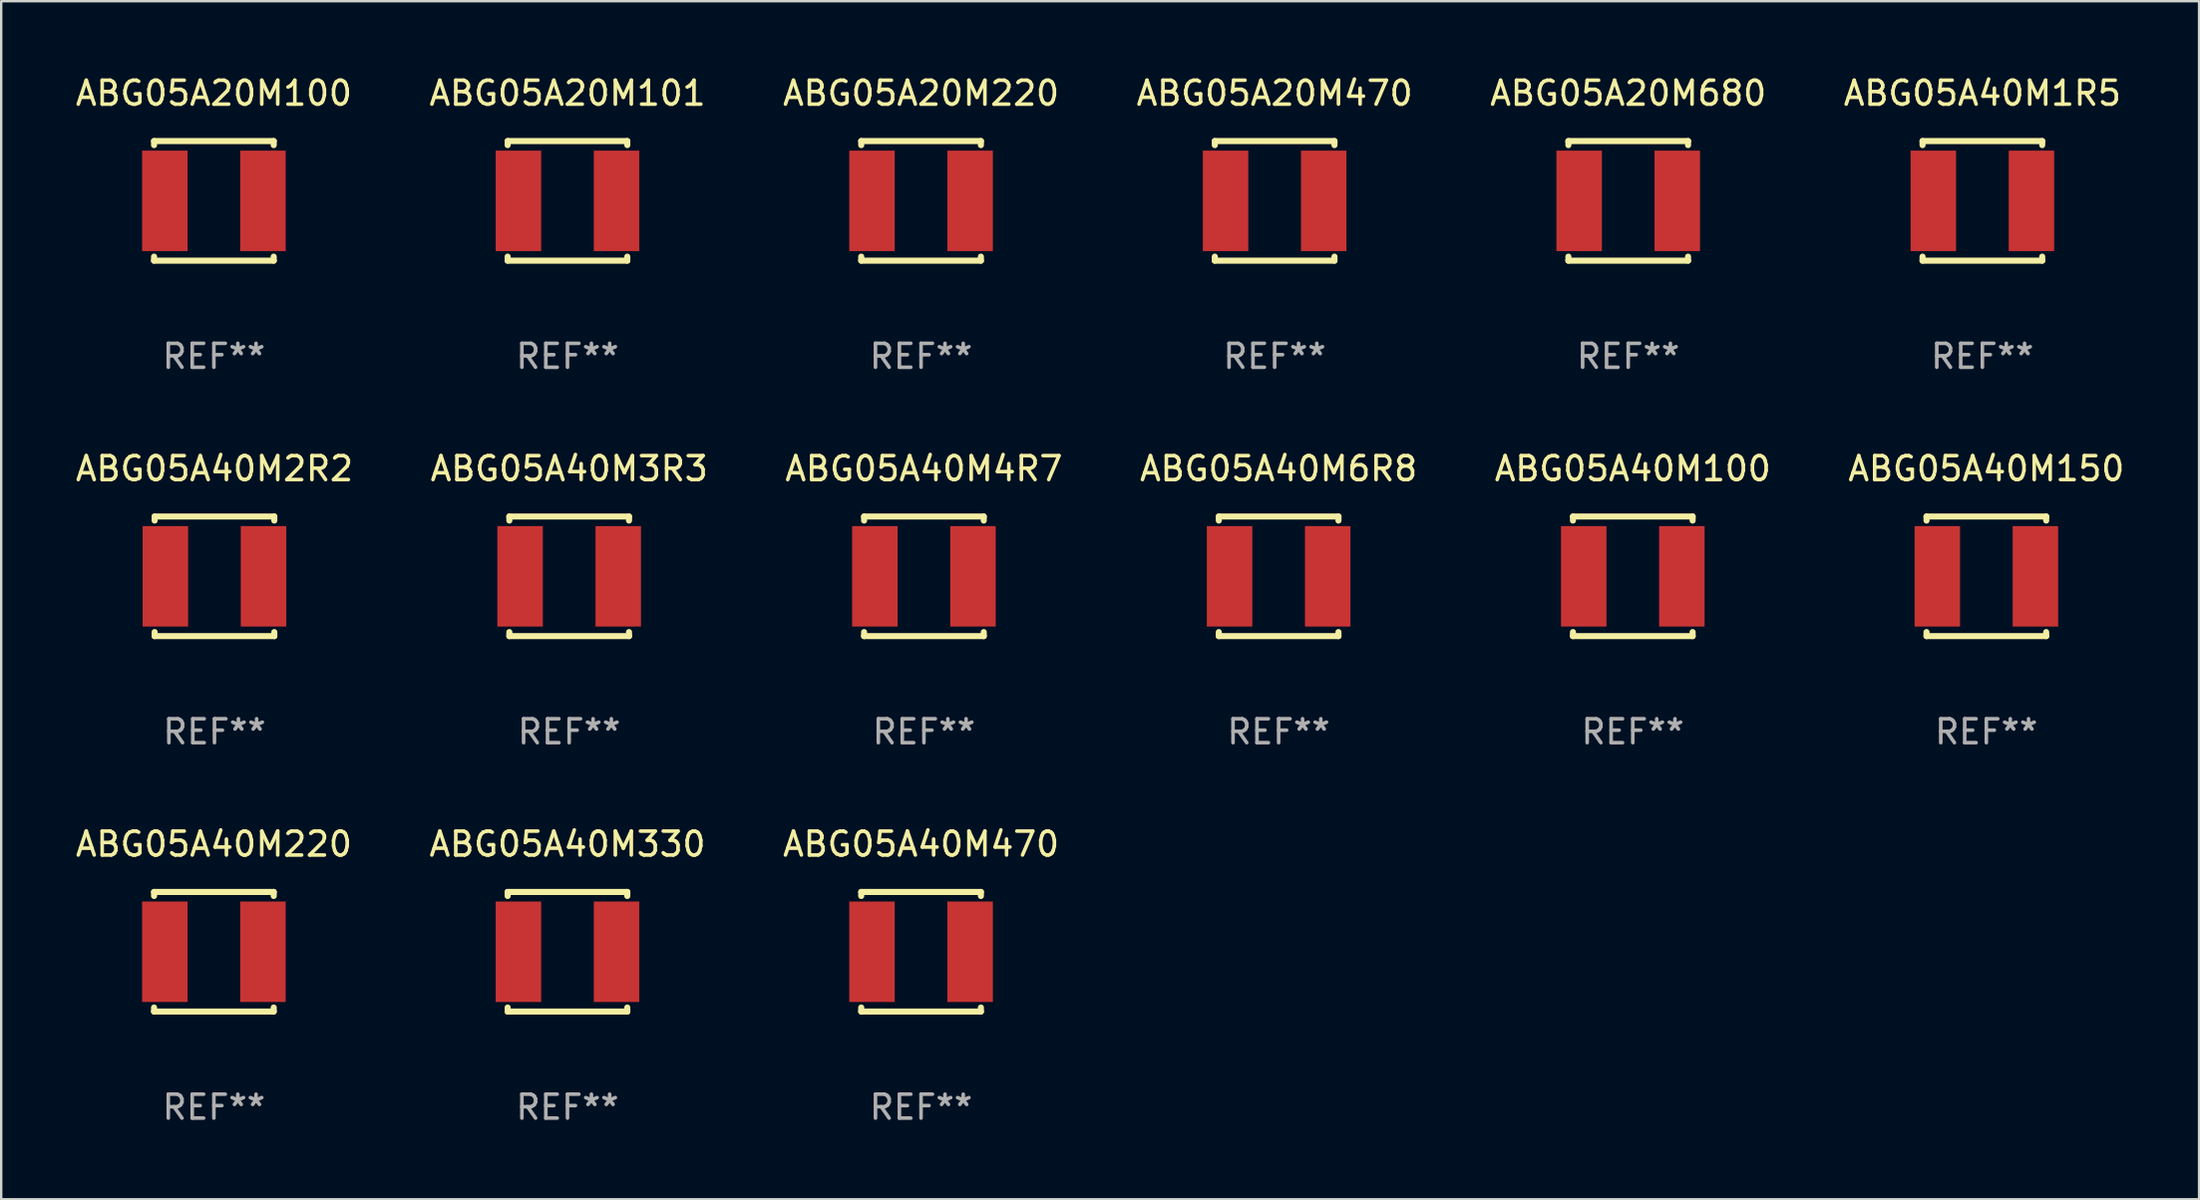
<source format=kicad_pcb>
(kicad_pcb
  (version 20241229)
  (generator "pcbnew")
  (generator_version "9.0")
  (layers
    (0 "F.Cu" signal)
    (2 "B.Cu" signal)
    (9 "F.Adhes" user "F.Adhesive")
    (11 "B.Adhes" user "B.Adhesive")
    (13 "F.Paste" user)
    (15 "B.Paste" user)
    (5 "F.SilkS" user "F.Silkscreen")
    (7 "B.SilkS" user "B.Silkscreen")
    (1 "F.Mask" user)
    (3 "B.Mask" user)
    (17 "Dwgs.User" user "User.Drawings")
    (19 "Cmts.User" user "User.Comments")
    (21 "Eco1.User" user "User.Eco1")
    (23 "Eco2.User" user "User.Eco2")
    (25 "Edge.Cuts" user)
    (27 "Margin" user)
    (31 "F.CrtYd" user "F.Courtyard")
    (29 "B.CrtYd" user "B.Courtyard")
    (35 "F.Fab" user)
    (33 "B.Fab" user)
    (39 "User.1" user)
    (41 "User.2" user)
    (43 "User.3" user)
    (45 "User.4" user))
  (footprint "ABG05A40M470"
    (layer "F.Cu")
    (at 35.435 36.741)
    (property "Reference" "ABG05A40M470" (at 0 -4.5 0) (layer "F.SilkS") (effects (font (size 1 1) (thickness 0.15))))
    (attr through_hole)
    (fp_line (start -2.5 -2.5) (end -2.5 -2.331) (stroke (width 0.254) (type solid)) (layer "F.SilkS"))
    (fp_line (start -2.5 -2.5) (end 2.5 -2.5) (stroke (width 0.254) (type solid)) (layer "F.SilkS"))
    (fp_line (start -2.5 2.331) (end -2.5 2.5) (stroke (width 0.254) (type solid)) (layer "F.SilkS"))
    (fp_line (start -2.5 2.5) (end 2.5 2.5) (stroke (width 0.254) (type solid)) (layer "F.SilkS"))
    (fp_line (start 2.5 -2.331) (end 2.5 -2.5) (stroke (width 0.254) (type solid)) (layer "F.SilkS"))
    (fp_line (start 2.5 2.5) (end 2.5 2.331) (stroke (width 0.254) (type solid)) (layer "F.SilkS"))
    (fp_circle (center -2.503 2.504) (end -2.473 2.504) (stroke (width 0.06) (type solid)) (fill no) (layer "F.SilkS"))
    (fp_text user "REF**" (at 0 6.5 0) (layer "F.Fab") (effects (font (size 1 1) (thickness 0.15))))
    (pad "1" smd rect (at -2.05 0) (size 1.9 4.2) (layers "F.Cu" "F.Mask" "F.Paste"))
    (pad "2" smd rect (at 2.05 0) (size 1.9 4.2) (layers "F.Cu" "F.Mask" "F.Paste")))
  (footprint "ABG05A40M100"
    (layer "F.Cu")
    (at 65.173 21.045)
    (property "Reference" "ABG05A40M100" (at 0 -4.5 0) (layer "F.SilkS") (effects (font (size 1 1) (thickness 0.15))))
    (attr through_hole)
    (fp_line (start -2.5 -2.5) (end -2.5 -2.331) (stroke (width 0.254) (type solid)) (layer "F.SilkS"))
    (fp_line (start -2.5 -2.5) (end 2.5 -2.5) (stroke (width 0.254) (type solid)) (layer "F.SilkS"))
    (fp_line (start -2.5 2.331) (end -2.5 2.5) (stroke (width 0.254) (type solid)) (layer "F.SilkS"))
    (fp_line (start -2.5 2.5) (end 2.5 2.5) (stroke (width 0.254) (type solid)) (layer "F.SilkS"))
    (fp_line (start 2.5 -2.331) (end 2.5 -2.5) (stroke (width 0.254) (type solid)) (layer "F.SilkS"))
    (fp_line (start 2.5 2.5) (end 2.5 2.331) (stroke (width 0.254) (type solid)) (layer "F.SilkS"))
    (fp_circle (center -2.503 2.504) (end -2.473 2.504) (stroke (width 0.06) (type solid)) (fill no) (layer "F.SilkS"))
    (fp_text user "REF**" (at 0 6.5 0) (layer "F.Fab") (effects (font (size 1 1) (thickness 0.15))))
    (pad "1" smd rect (at -2.05 0) (size 1.9 4.2) (layers "F.Cu" "F.Mask" "F.Paste"))
    (pad "2" smd rect (at 2.05 0) (size 1.9 4.2) (layers "F.Cu" "F.Mask" "F.Paste")))
  (footprint "ABG05A40M220"
    (layer "F.Cu")
    (at 5.887 36.741)
    (property "Reference" "ABG05A40M220" (at 0 -4.5 0) (layer "F.SilkS") (effects (font (size 1 1) (thickness 0.15))))
    (attr through_hole)
    (fp_line (start -2.5 -2.5) (end -2.5 -2.331) (stroke (width 0.254) (type solid)) (layer "F.SilkS"))
    (fp_line (start -2.5 -2.5) (end 2.5 -2.5) (stroke (width 0.254) (type solid)) (layer "F.SilkS"))
    (fp_line (start -2.5 2.331) (end -2.5 2.5) (stroke (width 0.254) (type solid)) (layer "F.SilkS"))
    (fp_line (start -2.5 2.5) (end 2.5 2.5) (stroke (width 0.254) (type solid)) (layer "F.SilkS"))
    (fp_line (start 2.5 -2.331) (end 2.5 -2.5) (stroke (width 0.254) (type solid)) (layer "F.SilkS"))
    (fp_line (start 2.5 2.5) (end 2.5 2.331) (stroke (width 0.254) (type solid)) (layer "F.SilkS"))
    (fp_circle (center -2.503 2.504) (end -2.473 2.504) (stroke (width 0.06) (type solid)) (fill no) (layer "F.SilkS"))
    (fp_text user "REF**" (at 0 6.5 0) (layer "F.Fab") (effects (font (size 1 1) (thickness 0.15))))
    (pad "1" smd rect (at -2.05 0) (size 1.9 4.2) (layers "F.Cu" "F.Mask" "F.Paste"))
    (pad "2" smd rect (at 2.05 0) (size 1.9 4.2) (layers "F.Cu" "F.Mask" "F.Paste")))
  (footprint "ABG05A40M150"
    (layer "F.Cu")
    (at 79.946 21.045)
    (property "Reference" "ABG05A40M150" (at 0 -4.5 0) (layer "F.SilkS") (effects (font (size 1 1) (thickness 0.15))))
    (attr through_hole)
    (fp_line (start -2.5 -2.5) (end -2.5 -2.331) (stroke (width 0.254) (type solid)) (layer "F.SilkS"))
    (fp_line (start -2.5 -2.5) (end 2.5 -2.5) (stroke (width 0.254) (type solid)) (layer "F.SilkS"))
    (fp_line (start -2.5 2.331) (end -2.5 2.5) (stroke (width 0.254) (type solid)) (layer "F.SilkS"))
    (fp_line (start -2.5 2.5) (end 2.5 2.5) (stroke (width 0.254) (type solid)) (layer "F.SilkS"))
    (fp_line (start 2.5 -2.331) (end 2.5 -2.5) (stroke (width 0.254) (type solid)) (layer "F.SilkS"))
    (fp_line (start 2.5 2.5) (end 2.5 2.331) (stroke (width 0.254) (type solid)) (layer "F.SilkS"))
    (fp_circle (center -2.503 2.504) (end -2.473 2.504) (stroke (width 0.06) (type solid)) (fill no) (layer "F.SilkS"))
    (fp_text user "REF**" (at 0 6.5 0) (layer "F.Fab") (effects (font (size 1 1) (thickness 0.15))))
    (pad "1" smd rect (at -2.05 0) (size 1.9 4.2) (layers "F.Cu" "F.Mask" "F.Paste"))
    (pad "2" smd rect (at 2.05 0) (size 1.9 4.2) (layers "F.Cu" "F.Mask" "F.Paste")))
  (footprint "ABG05A20M100"
    (layer "F.Cu")
    (at 5.887 5.348)
    (property "Reference" "ABG05A20M100" (at 0 -4.5 0) (layer "F.SilkS") (effects (font (size 1 1) (thickness 0.15))))
    (attr through_hole)
    (fp_line (start -2.5 -2.5) (end -2.5 -2.331) (stroke (width 0.254) (type solid)) (layer "F.SilkS"))
    (fp_line (start -2.5 -2.5) (end 2.5 -2.5) (stroke (width 0.254) (type solid)) (layer "F.SilkS"))
    (fp_line (start -2.5 2.331) (end -2.5 2.5) (stroke (width 0.254) (type solid)) (layer "F.SilkS"))
    (fp_line (start -2.5 2.5) (end 2.5 2.5) (stroke (width 0.254) (type solid)) (layer "F.SilkS"))
    (fp_line (start 2.5 -2.331) (end 2.5 -2.5) (stroke (width 0.254) (type solid)) (layer "F.SilkS"))
    (fp_line (start 2.5 2.5) (end 2.5 2.331) (stroke (width 0.254) (type solid)) (layer "F.SilkS"))
    (fp_circle (center -2.503 2.504) (end -2.473 2.504) (stroke (width 0.06) (type solid)) (fill no) (layer "F.SilkS"))
    (fp_text user "REF**" (at 0 6.5 0) (layer "F.Fab") (effects (font (size 1 1) (thickness 0.15))))
    (pad "1" smd rect (at -2.05 0) (size 1.9 4.2) (layers "F.Cu" "F.Mask" "F.Paste"))
    (pad "2" smd rect (at 2.05 0) (size 1.9 4.2) (layers "F.Cu" "F.Mask" "F.Paste")))
  (footprint "ABG05A40M6R8"
    (layer "F.Cu")
    (at 50.375 21.045)
    (property "Reference" "ABG05A40M6R8" (at 0 -4.5 0) (layer "F.SilkS") (effects (font (size 1 1) (thickness 0.15))))
    (attr through_hole)
    (fp_line (start -2.5 -2.5) (end -2.5 -2.331) (stroke (width 0.254) (type solid)) (layer "F.SilkS"))
    (fp_line (start -2.5 -2.5) (end 2.5 -2.5) (stroke (width 0.254) (type solid)) (layer "F.SilkS"))
    (fp_line (start -2.5 2.331) (end -2.5 2.5) (stroke (width 0.254) (type solid)) (layer "F.SilkS"))
    (fp_line (start -2.5 2.5) (end 2.5 2.5) (stroke (width 0.254) (type solid)) (layer "F.SilkS"))
    (fp_line (start 2.5 -2.331) (end 2.5 -2.5) (stroke (width 0.254) (type solid)) (layer "F.SilkS"))
    (fp_line (start 2.5 2.5) (end 2.5 2.331) (stroke (width 0.254) (type solid)) (layer "F.SilkS"))
    (fp_circle (center -2.503 2.504) (end -2.473 2.504) (stroke (width 0.06) (type solid)) (fill no) (layer "F.SilkS"))
    (fp_text user "REF**" (at 0 6.5 0) (layer "F.Fab") (effects (font (size 1 1) (thickness 0.15))))
    (pad "1" smd rect (at -2.05 0) (size 1.9 4.2) (layers "F.Cu" "F.Mask" "F.Paste"))
    (pad "2" smd rect (at 2.05 0) (size 1.9 4.2) (layers "F.Cu" "F.Mask" "F.Paste")))
  (footprint "ABG05A40M1R5"
    (layer "F.Cu")
    (at 79.78 5.348)
    (property "Reference" "ABG05A40M1R5" (at 0 -4.5 0) (layer "F.SilkS") (effects (font (size 1 1) (thickness 0.15))))
    (attr through_hole)
    (fp_line (start -2.5 -2.5) (end -2.5 -2.331) (stroke (width 0.254) (type solid)) (layer "F.SilkS"))
    (fp_line (start -2.5 -2.5) (end 2.5 -2.5) (stroke (width 0.254) (type solid)) (layer "F.SilkS"))
    (fp_line (start -2.5 2.331) (end -2.5 2.5) (stroke (width 0.254) (type solid)) (layer "F.SilkS"))
    (fp_line (start -2.5 2.5) (end 2.5 2.5) (stroke (width 0.254) (type solid)) (layer "F.SilkS"))
    (fp_line (start 2.5 -2.331) (end 2.5 -2.5) (stroke (width 0.254) (type solid)) (layer "F.SilkS"))
    (fp_line (start 2.5 2.5) (end 2.5 2.331) (stroke (width 0.254) (type solid)) (layer "F.SilkS"))
    (fp_circle (center -2.503 2.504) (end -2.473 2.504) (stroke (width 0.06) (type solid)) (fill no) (layer "F.SilkS"))
    (fp_text user "REF**" (at 0 6.5 0) (layer "F.Fab") (effects (font (size 1 1) (thickness 0.15))))
    (pad "1" smd rect (at -2.05 0) (size 1.9 4.2) (layers "F.Cu" "F.Mask" "F.Paste"))
    (pad "2" smd rect (at 2.05 0) (size 1.9 4.2) (layers "F.Cu" "F.Mask" "F.Paste")))
  (footprint "ABG05A20M101"
    (layer "F.Cu")
    (at 20.661 5.348)
    (property "Reference" "ABG05A20M101" (at 0 -4.5 0) (layer "F.SilkS") (effects (font (size 1 1) (thickness 0.15))))
    (attr through_hole)
    (fp_line (start -2.5 -2.5) (end -2.5 -2.331) (stroke (width 0.254) (type solid)) (layer "F.SilkS"))
    (fp_line (start -2.5 -2.5) (end 2.5 -2.5) (stroke (width 0.254) (type solid)) (layer "F.SilkS"))
    (fp_line (start -2.5 2.331) (end -2.5 2.5) (stroke (width 0.254) (type solid)) (layer "F.SilkS"))
    (fp_line (start -2.5 2.5) (end 2.5 2.5) (stroke (width 0.254) (type solid)) (layer "F.SilkS"))
    (fp_line (start 2.5 -2.331) (end 2.5 -2.5) (stroke (width 0.254) (type solid)) (layer "F.SilkS"))
    (fp_line (start 2.5 2.5) (end 2.5 2.331) (stroke (width 0.254) (type solid)) (layer "F.SilkS"))
    (fp_circle (center -2.503 2.504) (end -2.473 2.504) (stroke (width 0.06) (type solid)) (fill no) (layer "F.SilkS"))
    (fp_text user "REF**" (at 0 6.5 0) (layer "F.Fab") (effects (font (size 1 1) (thickness 0.15))))
    (pad "1" smd rect (at -2.05 0) (size 1.9 4.2) (layers "F.Cu" "F.Mask" "F.Paste"))
    (pad "2" smd rect (at 2.05 0) (size 1.9 4.2) (layers "F.Cu" "F.Mask" "F.Paste")))
  (footprint "ABG05A20M220"
    (layer "F.Cu")
    (at 35.435 5.348)
    (property "Reference" "ABG05A20M220" (at 0 -4.5 0) (layer "F.SilkS") (effects (font (size 1 1) (thickness 0.15))))
    (attr through_hole)
    (fp_line (start -2.5 -2.5) (end -2.5 -2.331) (stroke (width 0.254) (type solid)) (layer "F.SilkS"))
    (fp_line (start -2.5 -2.5) (end 2.5 -2.5) (stroke (width 0.254) (type solid)) (layer "F.SilkS"))
    (fp_line (start -2.5 2.331) (end -2.5 2.5) (stroke (width 0.254) (type solid)) (layer "F.SilkS"))
    (fp_line (start -2.5 2.5) (end 2.5 2.5) (stroke (width 0.254) (type solid)) (layer "F.SilkS"))
    (fp_line (start 2.5 -2.331) (end 2.5 -2.5) (stroke (width 0.254) (type solid)) (layer "F.SilkS"))
    (fp_line (start 2.5 2.5) (end 2.5 2.331) (stroke (width 0.254) (type solid)) (layer "F.SilkS"))
    (fp_circle (center -2.503 2.504) (end -2.473 2.504) (stroke (width 0.06) (type solid)) (fill no) (layer "F.SilkS"))
    (fp_text user "REF**" (at 0 6.5 0) (layer "F.Fab") (effects (font (size 1 1) (thickness 0.15))))
    (pad "1" smd rect (at -2.05 0) (size 1.9 4.2) (layers "F.Cu" "F.Mask" "F.Paste"))
    (pad "2" smd rect (at 2.05 0) (size 1.9 4.2) (layers "F.Cu" "F.Mask" "F.Paste")))
  (footprint "ABG05A40M4R7"
    (layer "F.Cu")
    (at 35.554 21.045)
    (property "Reference" "ABG05A40M4R7" (at 0 -4.5 0) (layer "F.SilkS") (effects (font (size 1 1) (thickness 0.15))))
    (attr through_hole)
    (fp_line (start -2.5 -2.5) (end -2.5 -2.331) (stroke (width 0.254) (type solid)) (layer "F.SilkS"))
    (fp_line (start -2.5 -2.5) (end 2.5 -2.5) (stroke (width 0.254) (type solid)) (layer "F.SilkS"))
    (fp_line (start -2.5 2.331) (end -2.5 2.5) (stroke (width 0.254) (type solid)) (layer "F.SilkS"))
    (fp_line (start -2.5 2.5) (end 2.5 2.5) (stroke (width 0.254) (type solid)) (layer "F.SilkS"))
    (fp_line (start 2.5 -2.331) (end 2.5 -2.5) (stroke (width 0.254) (type solid)) (layer "F.SilkS"))
    (fp_line (start 2.5 2.5) (end 2.5 2.331) (stroke (width 0.254) (type solid)) (layer "F.SilkS"))
    (fp_circle (center -2.503 2.504) (end -2.473 2.504) (stroke (width 0.06) (type solid)) (fill no) (layer "F.SilkS"))
    (fp_text user "REF**" (at 0 6.5 0) (layer "F.Fab") (effects (font (size 1 1) (thickness 0.15))))
    (pad "1" smd rect (at -2.05 0) (size 1.9 4.2) (layers "F.Cu" "F.Mask" "F.Paste"))
    (pad "2" smd rect (at 2.05 0) (size 1.9 4.2) (layers "F.Cu" "F.Mask" "F.Paste")))
  (footprint "ABG05A40M2R2"
    (layer "F.Cu")
    (at 5.911 21.045)
    (property "Reference" "ABG05A40M2R2" (at 0 -4.5 0) (layer "F.SilkS") (effects (font (size 1 1) (thickness 0.15))))
    (attr through_hole)
    (fp_line (start -2.5 -2.5) (end -2.5 -2.331) (stroke (width 0.254) (type solid)) (layer "F.SilkS"))
    (fp_line (start -2.5 -2.5) (end 2.5 -2.5) (stroke (width 0.254) (type solid)) (layer "F.SilkS"))
    (fp_line (start -2.5 2.331) (end -2.5 2.5) (stroke (width 0.254) (type solid)) (layer "F.SilkS"))
    (fp_line (start -2.5 2.5) (end 2.5 2.5) (stroke (width 0.254) (type solid)) (layer "F.SilkS"))
    (fp_line (start 2.5 -2.331) (end 2.5 -2.5) (stroke (width 0.254) (type solid)) (layer "F.SilkS"))
    (fp_line (start 2.5 2.5) (end 2.5 2.331) (stroke (width 0.254) (type solid)) (layer "F.SilkS"))
    (fp_circle (center -2.503 2.504) (end -2.473 2.504) (stroke (width 0.06) (type solid)) (fill no) (layer "F.SilkS"))
    (fp_text user "REF**" (at 0 6.5 0) (layer "F.Fab") (effects (font (size 1 1) (thickness 0.15))))
    (pad "1" smd rect (at -2.05 0) (size 1.9 4.2) (layers "F.Cu" "F.Mask" "F.Paste"))
    (pad "2" smd rect (at 2.05 0) (size 1.9 4.2) (layers "F.Cu" "F.Mask" "F.Paste")))
  (footprint "ABG05A20M470"
    (layer "F.Cu")
    (at 50.208 5.348)
    (property "Reference" "ABG05A20M470" (at 0 -4.5 0) (layer "F.SilkS") (effects (font (size 1 1) (thickness 0.15))))
    (attr through_hole)
    (fp_line (start -2.5 -2.5) (end -2.5 -2.331) (stroke (width 0.254) (type solid)) (layer "F.SilkS"))
    (fp_line (start -2.5 -2.5) (end 2.5 -2.5) (stroke (width 0.254) (type solid)) (layer "F.SilkS"))
    (fp_line (start -2.5 2.331) (end -2.5 2.5) (stroke (width 0.254) (type solid)) (layer "F.SilkS"))
    (fp_line (start -2.5 2.5) (end 2.5 2.5) (stroke (width 0.254) (type solid)) (layer "F.SilkS"))
    (fp_line (start 2.5 -2.331) (end 2.5 -2.5) (stroke (width 0.254) (type solid)) (layer "F.SilkS"))
    (fp_line (start 2.5 2.5) (end 2.5 2.331) (stroke (width 0.254) (type solid)) (layer "F.SilkS"))
    (fp_circle (center -2.503 2.504) (end -2.473 2.504) (stroke (width 0.06) (type solid)) (fill no) (layer "F.SilkS"))
    (fp_text user "REF**" (at 0 6.5 0) (layer "F.Fab") (effects (font (size 1 1) (thickness 0.15))))
    (pad "1" smd rect (at -2.05 0) (size 1.9 4.2) (layers "F.Cu" "F.Mask" "F.Paste"))
    (pad "2" smd rect (at 2.05 0) (size 1.9 4.2) (layers "F.Cu" "F.Mask" "F.Paste")))
  (footprint "ABG05A40M3R3"
    (layer "F.Cu")
    (at 20.732 21.045)
    (property "Reference" "ABG05A40M3R3" (at 0 -4.5 0) (layer "F.SilkS") (effects (font (size 1 1) (thickness 0.15))))
    (attr through_hole)
    (fp_line (start -2.5 -2.5) (end -2.5 -2.331) (stroke (width 0.254) (type solid)) (layer "F.SilkS"))
    (fp_line (start -2.5 -2.5) (end 2.5 -2.5) (stroke (width 0.254) (type solid)) (layer "F.SilkS"))
    (fp_line (start -2.5 2.331) (end -2.5 2.5) (stroke (width 0.254) (type solid)) (layer "F.SilkS"))
    (fp_line (start -2.5 2.5) (end 2.5 2.5) (stroke (width 0.254) (type solid)) (layer "F.SilkS"))
    (fp_line (start 2.5 -2.331) (end 2.5 -2.5) (stroke (width 0.254) (type solid)) (layer "F.SilkS"))
    (fp_line (start 2.5 2.5) (end 2.5 2.331) (stroke (width 0.254) (type solid)) (layer "F.SilkS"))
    (fp_circle (center -2.503 2.504) (end -2.473 2.504) (stroke (width 0.06) (type solid)) (fill no) (layer "F.SilkS"))
    (fp_text user "REF**" (at 0 6.5 0) (layer "F.Fab") (effects (font (size 1 1) (thickness 0.15))))
    (pad "1" smd rect (at -2.05 0) (size 1.9 4.2) (layers "F.Cu" "F.Mask" "F.Paste"))
    (pad "2" smd rect (at 2.05 0) (size 1.9 4.2) (layers "F.Cu" "F.Mask" "F.Paste")))
  (footprint "ABG05A20M680"
    (layer "F.Cu")
    (at 64.982 5.348)
    (property "Reference" "ABG05A20M680" (at 0 -4.5 0) (layer "F.SilkS") (effects (font (size 1 1) (thickness 0.15))))
    (attr through_hole)
    (fp_line (start -2.5 -2.5) (end -2.5 -2.331) (stroke (width 0.254) (type solid)) (layer "F.SilkS"))
    (fp_line (start -2.5 -2.5) (end 2.5 -2.5) (stroke (width 0.254) (type solid)) (layer "F.SilkS"))
    (fp_line (start -2.5 2.331) (end -2.5 2.5) (stroke (width 0.254) (type solid)) (layer "F.SilkS"))
    (fp_line (start -2.5 2.5) (end 2.5 2.5) (stroke (width 0.254) (type solid)) (layer "F.SilkS"))
    (fp_line (start 2.5 -2.331) (end 2.5 -2.5) (stroke (width 0.254) (type solid)) (layer "F.SilkS"))
    (fp_line (start 2.5 2.5) (end 2.5 2.331) (stroke (width 0.254) (type solid)) (layer "F.SilkS"))
    (fp_circle (center -2.503 2.504) (end -2.473 2.504) (stroke (width 0.06) (type solid)) (fill no) (layer "F.SilkS"))
    (fp_text user "REF**" (at 0 6.5 0) (layer "F.Fab") (effects (font (size 1 1) (thickness 0.15))))
    (pad "1" smd rect (at -2.05 0) (size 1.9 4.2) (layers "F.Cu" "F.Mask" "F.Paste"))
    (pad "2" smd rect (at 2.05 0) (size 1.9 4.2) (layers "F.Cu" "F.Mask" "F.Paste")))
  (footprint "ABG05A40M330"
    (layer "F.Cu")
    (at 20.661 36.741)
    (property "Reference" "ABG05A40M330" (at 0 -4.5 0) (layer "F.SilkS") (effects (font (size 1 1) (thickness 0.15))))
    (attr through_hole)
    (fp_line (start -2.5 -2.5) (end -2.5 -2.331) (stroke (width 0.254) (type solid)) (layer "F.SilkS"))
    (fp_line (start -2.5 -2.5) (end 2.5 -2.5) (stroke (width 0.254) (type solid)) (layer "F.SilkS"))
    (fp_line (start -2.5 2.331) (end -2.5 2.5) (stroke (width 0.254) (type solid)) (layer "F.SilkS"))
    (fp_line (start -2.5 2.5) (end 2.5 2.5) (stroke (width 0.254) (type solid)) (layer "F.SilkS"))
    (fp_line (start 2.5 -2.331) (end 2.5 -2.5) (stroke (width 0.254) (type solid)) (layer "F.SilkS"))
    (fp_line (start 2.5 2.5) (end 2.5 2.331) (stroke (width 0.254) (type solid)) (layer "F.SilkS"))
    (fp_circle (center -2.503 2.504) (end -2.473 2.504) (stroke (width 0.06) (type solid)) (fill no) (layer "F.SilkS"))
    (fp_text user "REF**" (at 0 6.5 0) (layer "F.Fab") (effects (font (size 1 1) (thickness 0.15))))
    (pad "1" smd rect (at -2.05 0) (size 1.9 4.2) (layers "F.Cu" "F.Mask" "F.Paste"))
    (pad "2" smd rect (at 2.05 0) (size 1.9 4.2) (layers "F.Cu" "F.Mask" "F.Paste")))
  (gr_rect
    (start -3 -3)
    (end 88.833 47.09)
    (stroke (width 0.1) (type default))
    (fill no)
    (layer "Edge.Cuts")))
</source>
